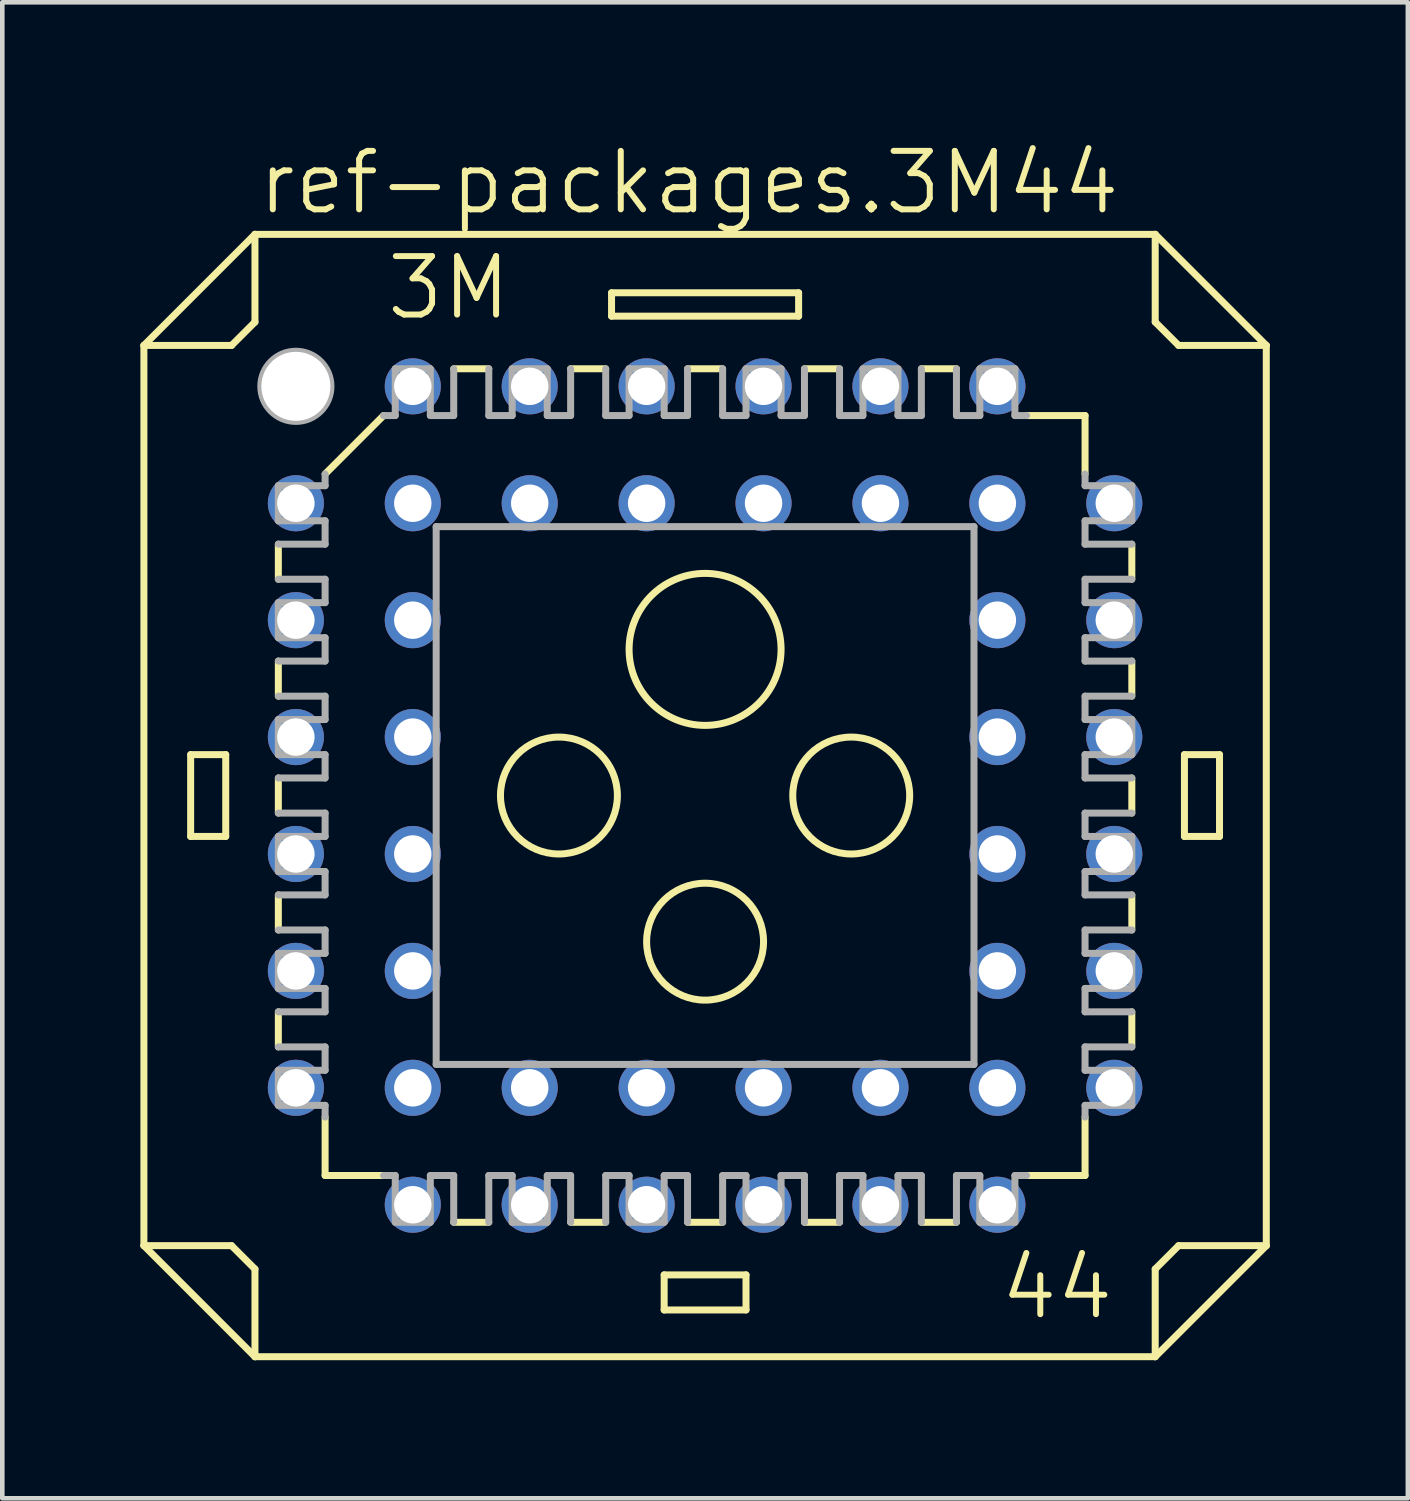
<source format=kicad_pcb>
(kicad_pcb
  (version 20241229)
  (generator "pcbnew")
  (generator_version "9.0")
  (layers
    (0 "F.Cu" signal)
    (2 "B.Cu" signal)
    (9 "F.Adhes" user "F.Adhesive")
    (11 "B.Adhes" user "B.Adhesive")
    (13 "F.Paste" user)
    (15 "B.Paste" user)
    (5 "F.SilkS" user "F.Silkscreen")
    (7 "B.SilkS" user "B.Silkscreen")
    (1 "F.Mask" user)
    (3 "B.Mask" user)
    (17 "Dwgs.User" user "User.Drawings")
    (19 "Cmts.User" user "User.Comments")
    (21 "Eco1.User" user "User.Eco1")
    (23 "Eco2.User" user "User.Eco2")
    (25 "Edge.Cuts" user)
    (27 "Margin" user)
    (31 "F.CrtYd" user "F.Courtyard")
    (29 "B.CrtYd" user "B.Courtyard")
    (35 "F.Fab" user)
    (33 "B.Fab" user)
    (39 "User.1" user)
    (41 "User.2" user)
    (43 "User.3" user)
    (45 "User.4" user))
  (footprint "ref-packages.3M44"
    (layer "F.Cu")
    (at 12.268 14.233)
    (property "Reference" "ref-packages.3M44" (at -9.779 -12.573 0) (layer "F.SilkS") (effects (font (size 1.27 1.27) (thickness 0.13)) (justify left bottom)))
    (attr through_hole)
    (fp_line (start -12.192 -9.779) (end -12.192 9.779) (stroke (width 0.152) (type default)) (layer "F.SilkS"))
    (fp_line (start -12.192 -9.779) (end -9.779 -12.192) (stroke (width 0.152) (type default)) (layer "F.SilkS"))
    (fp_line (start -12.192 9.779) (end -10.287 9.779) (stroke (width 0.152) (type default)) (layer "F.SilkS"))
    (fp_line (start -11.176 -0.889) (end -10.414 -0.889) (stroke (width 0.152) (type default)) (layer "F.SilkS"))
    (fp_line (start -11.176 0.889) (end -11.176 -0.889) (stroke (width 0.152) (type default)) (layer "F.SilkS"))
    (fp_line (start -11.176 0.889) (end -10.414 0.889) (stroke (width 0.152) (type default)) (layer "F.SilkS"))
    (fp_line (start -10.414 0.889) (end -10.414 -0.889) (stroke (width 0.152) (type default)) (layer "F.SilkS"))
    (fp_line (start -10.287 -9.779) (end -12.192 -9.779) (stroke (width 0.152) (type default)) (layer "F.SilkS"))
    (fp_line (start -10.287 -9.779) (end -9.779 -10.287) (stroke (width 0.152) (type default)) (layer "F.SilkS"))
    (fp_line (start -9.779 -12.192) (end -9.779 -10.287) (stroke (width 0.152) (type default)) (layer "F.SilkS"))
    (fp_line (start -9.779 10.287) (end -10.287 9.779) (stroke (width 0.152) (type default)) (layer "F.SilkS"))
    (fp_line (start -9.779 10.287) (end -9.779 12.192) (stroke (width 0.152) (type default)) (layer "F.SilkS"))
    (fp_line (start -9.779 12.192) (end -12.192 9.779) (stroke (width 0.152) (type default)) (layer "F.SilkS"))
    (fp_line (start -9.271 -5.461) (end -9.271 -4.699) (stroke (width 0.152) (type default)) (layer "F.SilkS"))
    (fp_line (start -9.271 -2.159) (end -9.271 -2.921) (stroke (width 0.152) (type default)) (layer "F.SilkS"))
    (fp_line (start -9.271 0.381) (end -9.271 -0.381) (stroke (width 0.152) (type default)) (layer "F.SilkS"))
    (fp_line (start -9.271 2.921) (end -9.271 2.159) (stroke (width 0.152) (type default)) (layer "F.SilkS"))
    (fp_line (start -9.271 5.461) (end -9.271 4.699) (stroke (width 0.152) (type default)) (layer "F.SilkS"))
    (fp_line (start -8.255 -6.985) (end -6.985 -8.255) (stroke (width 0.152) (type default)) (layer "F.SilkS"))
    (fp_line (start -8.255 8.255) (end -8.255 6.985) (stroke (width 0.152) (type default)) (layer "F.SilkS"))
    (fp_line (start -8.255 8.255) (end -6.985 8.255) (stroke (width 0.152) (type default)) (layer "F.SilkS"))
    (fp_line (start -5.461 9.271) (end -4.699 9.271) (stroke (width 0.152) (type default)) (layer "F.SilkS"))
    (fp_line (start -4.699 -9.271) (end -5.461 -9.271) (stroke (width 0.152) (type default)) (layer "F.SilkS"))
    (fp_line (start -2.921 9.271) (end -2.159 9.271) (stroke (width 0.152) (type default)) (layer "F.SilkS"))
    (fp_line (start -2.159 -9.271) (end -2.921 -9.271) (stroke (width 0.152) (type default)) (layer "F.SilkS"))
    (fp_line (start -2.032 -10.922) (end -2.032 -10.414) (stroke (width 0.152) (type default)) (layer "F.SilkS"))
    (fp_line (start -0.889 11.176) (end -0.889 10.414) (stroke (width 0.152) (type default)) (layer "F.SilkS"))
    (fp_line (start -0.889 11.176) (end 0.889 11.176) (stroke (width 0.152) (type default)) (layer "F.SilkS"))
    (fp_line (start -0.381 9.271) (end 0.381 9.271) (stroke (width 0.152) (type default)) (layer "F.SilkS"))
    (fp_line (start 0.381 -9.271) (end -0.381 -9.271) (stroke (width 0.152) (type default)) (layer "F.SilkS"))
    (fp_line (start 0.889 10.414) (end -0.889 10.414) (stroke (width 0.152) (type default)) (layer "F.SilkS"))
    (fp_line (start 0.889 10.414) (end 0.889 11.176) (stroke (width 0.152) (type default)) (layer "F.SilkS"))
    (fp_line (start 2.032 -10.922) (end -2.032 -10.922) (stroke (width 0.152) (type default)) (layer "F.SilkS"))
    (fp_line (start 2.032 -10.414) (end -2.032 -10.414) (stroke (width 0.152) (type default)) (layer "F.SilkS"))
    (fp_line (start 2.032 -10.414) (end 2.032 -10.922) (stroke (width 0.152) (type default)) (layer "F.SilkS"))
    (fp_line (start 2.159 9.271) (end 2.921 9.271) (stroke (width 0.152) (type default)) (layer "F.SilkS"))
    (fp_line (start 2.921 -9.271) (end 2.159 -9.271) (stroke (width 0.152) (type default)) (layer "F.SilkS"))
    (fp_line (start 4.699 9.271) (end 5.461 9.271) (stroke (width 0.152) (type default)) (layer "F.SilkS"))
    (fp_line (start 5.461 -9.271) (end 4.699 -9.271) (stroke (width 0.152) (type default)) (layer "F.SilkS"))
    (fp_line (start 6.985 8.255) (end 8.255 8.255) (stroke (width 0.152) (type default)) (layer "F.SilkS"))
    (fp_line (start 8.255 -8.255) (end 6.985 -8.255) (stroke (width 0.152) (type default)) (layer "F.SilkS"))
    (fp_line (start 8.255 -8.255) (end 8.255 -6.985) (stroke (width 0.152) (type default)) (layer "F.SilkS"))
    (fp_line (start 8.255 8.255) (end 8.255 6.985) (stroke (width 0.152) (type default)) (layer "F.SilkS"))
    (fp_line (start 9.271 -5.461) (end 9.271 -4.699) (stroke (width 0.152) (type default)) (layer "F.SilkS"))
    (fp_line (start 9.271 -2.921) (end 9.271 -2.159) (stroke (width 0.152) (type default)) (layer "F.SilkS"))
    (fp_line (start 9.271 -0.381) (end 9.271 0.381) (stroke (width 0.152) (type default)) (layer "F.SilkS"))
    (fp_line (start 9.271 2.159) (end 9.271 2.921) (stroke (width 0.152) (type default)) (layer "F.SilkS"))
    (fp_line (start 9.271 5.461) (end 9.271 4.699) (stroke (width 0.152) (type default)) (layer "F.SilkS"))
    (fp_line (start 9.779 -12.192) (end -9.779 -12.192) (stroke (width 0.152) (type default)) (layer "F.SilkS"))
    (fp_line (start 9.779 -12.192) (end 12.192 -9.779) (stroke (width 0.152) (type default)) (layer "F.SilkS"))
    (fp_line (start 9.779 -10.287) (end 9.779 -12.192) (stroke (width 0.152) (type default)) (layer "F.SilkS"))
    (fp_line (start 9.779 -10.287) (end 10.287 -9.779) (stroke (width 0.152) (type default)) (layer "F.SilkS"))
    (fp_line (start 9.779 12.192) (end -9.779 12.192) (stroke (width 0.152) (type default)) (layer "F.SilkS"))
    (fp_line (start 9.779 12.192) (end 9.779 10.287) (stroke (width 0.152) (type default)) (layer "F.SilkS"))
    (fp_line (start 10.287 9.779) (end 9.779 10.287) (stroke (width 0.152) (type default)) (layer "F.SilkS"))
    (fp_line (start 10.287 9.779) (end 12.192 9.779) (stroke (width 0.152) (type default)) (layer "F.SilkS"))
    (fp_line (start 10.414 -0.889) (end 10.414 0.889) (stroke (width 0.152) (type default)) (layer "F.SilkS"))
    (fp_line (start 10.414 -0.889) (end 11.176 -0.889) (stroke (width 0.152) (type default)) (layer "F.SilkS"))
    (fp_line (start 11.176 0.889) (end 10.414 0.889) (stroke (width 0.152) (type default)) (layer "F.SilkS"))
    (fp_line (start 11.176 0.889) (end 11.176 -0.889) (stroke (width 0.152) (type default)) (layer "F.SilkS"))
    (fp_line (start 12.192 -9.779) (end 10.287 -9.779) (stroke (width 0.152) (type default)) (layer "F.SilkS"))
    (fp_line (start 12.192 -9.779) (end 12.192 9.779) (stroke (width 0.152) (type default)) (layer "F.SilkS"))
    (fp_line (start 12.192 9.779) (end 9.779 12.192) (stroke (width 0.152) (type default)) (layer "F.SilkS"))
    (fp_circle (center -3.175 0) (end -1.905 0) (stroke (width 0.152) (type default)) (fill no) (layer "F.SilkS"))
    (fp_circle (center 0 -3.175) (end 1.651 -3.175) (stroke (width 0.152) (type default)) (fill no) (layer "F.SilkS"))
    (fp_circle (center 0 3.175) (end 1.27 3.175) (stroke (width 0.152) (type default)) (fill no) (layer "F.SilkS"))
    (fp_circle (center 3.175 0) (end 4.445 0) (stroke (width 0.152) (type default)) (fill no) (layer "F.SilkS"))
    (fp_line (start -9.271 -5.969) (end -9.271 -6.731) (stroke (width 0.152) (type default)) (layer "F.Fab"))
    (fp_line (start -9.271 -5.969) (end -8.255 -5.969) (stroke (width 0.152) (type default)) (layer "F.Fab"))
    (fp_line (start -9.271 -5.461) (end -8.255 -5.461) (stroke (width 0.152) (type default)) (layer "F.Fab"))
    (fp_line (start -9.271 -3.429) (end -9.271 -4.191) (stroke (width 0.152) (type default)) (layer "F.Fab"))
    (fp_line (start -9.271 -3.429) (end -8.255 -3.429) (stroke (width 0.152) (type default)) (layer "F.Fab"))
    (fp_line (start -9.271 -2.159) (end -8.255 -2.159) (stroke (width 0.152) (type default)) (layer "F.Fab"))
    (fp_line (start -9.271 -0.889) (end -9.271 -1.651) (stroke (width 0.152) (type default)) (layer "F.Fab"))
    (fp_line (start -9.271 -0.889) (end -8.255 -0.889) (stroke (width 0.152) (type default)) (layer "F.Fab"))
    (fp_line (start -9.271 0.381) (end -8.255 0.381) (stroke (width 0.152) (type default)) (layer "F.Fab"))
    (fp_line (start -9.271 1.651) (end -9.271 0.889) (stroke (width 0.152) (type default)) (layer "F.Fab"))
    (fp_line (start -9.271 1.651) (end -8.255 1.651) (stroke (width 0.152) (type default)) (layer "F.Fab"))
    (fp_line (start -9.271 2.921) (end -8.255 2.921) (stroke (width 0.152) (type default)) (layer "F.Fab"))
    (fp_line (start -9.271 4.191) (end -9.271 3.429) (stroke (width 0.152) (type default)) (layer "F.Fab"))
    (fp_line (start -9.271 4.191) (end -8.255 4.191) (stroke (width 0.152) (type default)) (layer "F.Fab"))
    (fp_line (start -9.271 4.699) (end -8.255 4.699) (stroke (width 0.152) (type default)) (layer "F.Fab"))
    (fp_line (start -9.271 5.461) (end -8.255 5.461) (stroke (width 0.152) (type default)) (layer "F.Fab"))
    (fp_line (start -9.271 6.731) (end -9.271 5.969) (stroke (width 0.152) (type default)) (layer "F.Fab"))
    (fp_line (start -9.271 6.731) (end -8.255 6.731) (stroke (width 0.152) (type default)) (layer "F.Fab"))
    (fp_line (start -8.255 -6.731) (end -9.271 -6.731) (stroke (width 0.152) (type default)) (layer "F.Fab"))
    (fp_line (start -8.255 -6.731) (end -8.255 -6.985) (stroke (width 0.152) (type default)) (layer "F.Fab"))
    (fp_line (start -8.255 -5.969) (end -8.255 -5.461) (stroke (width 0.152) (type default)) (layer "F.Fab"))
    (fp_line (start -8.255 -4.699) (end -9.271 -4.699) (stroke (width 0.152) (type default)) (layer "F.Fab"))
    (fp_line (start -8.255 -4.699) (end -8.255 -4.191) (stroke (width 0.152) (type default)) (layer "F.Fab"))
    (fp_line (start -8.255 -4.191) (end -9.271 -4.191) (stroke (width 0.152) (type default)) (layer "F.Fab"))
    (fp_line (start -8.255 -3.429) (end -8.255 -2.921) (stroke (width 0.152) (type default)) (layer "F.Fab"))
    (fp_line (start -8.255 -2.921) (end -9.271 -2.921) (stroke (width 0.152) (type default)) (layer "F.Fab"))
    (fp_line (start -8.255 -1.651) (end -9.271 -1.651) (stroke (width 0.152) (type default)) (layer "F.Fab"))
    (fp_line (start -8.255 -1.651) (end -8.255 -2.159) (stroke (width 0.152) (type default)) (layer "F.Fab"))
    (fp_line (start -8.255 -0.381) (end -9.271 -0.381) (stroke (width 0.152) (type default)) (layer "F.Fab"))
    (fp_line (start -8.255 -0.381) (end -8.255 -0.889) (stroke (width 0.152) (type default)) (layer "F.Fab"))
    (fp_line (start -8.255 0.889) (end -9.271 0.889) (stroke (width 0.152) (type default)) (layer "F.Fab"))
    (fp_line (start -8.255 0.889) (end -8.255 0.381) (stroke (width 0.152) (type default)) (layer "F.Fab"))
    (fp_line (start -8.255 2.159) (end -9.271 2.159) (stroke (width 0.152) (type default)) (layer "F.Fab"))
    (fp_line (start -8.255 2.159) (end -8.255 1.651) (stroke (width 0.152) (type default)) (layer "F.Fab"))
    (fp_line (start -8.255 3.429) (end -9.271 3.429) (stroke (width 0.152) (type default)) (layer "F.Fab"))
    (fp_line (start -8.255 3.429) (end -8.255 2.921) (stroke (width 0.152) (type default)) (layer "F.Fab"))
    (fp_line (start -8.255 4.191) (end -8.255 4.699) (stroke (width 0.152) (type default)) (layer "F.Fab"))
    (fp_line (start -8.255 5.461) (end -8.255 5.969) (stroke (width 0.152) (type default)) (layer "F.Fab"))
    (fp_line (start -8.255 5.969) (end -9.271 5.969) (stroke (width 0.152) (type default)) (layer "F.Fab"))
    (fp_line (start -8.255 6.731) (end -8.255 6.985) (stroke (width 0.152) (type default)) (layer "F.Fab"))
    (fp_line (start -6.985 -8.255) (end -6.731 -8.255) (stroke (width 0.152) (type default)) (layer "F.Fab"))
    (fp_line (start -6.731 -8.255) (end -6.731 -9.271) (stroke (width 0.152) (type default)) (layer "F.Fab"))
    (fp_line (start -6.731 8.255) (end -6.985 8.255) (stroke (width 0.152) (type default)) (layer "F.Fab"))
    (fp_line (start -6.731 9.271) (end -6.731 8.255) (stroke (width 0.152) (type default)) (layer "F.Fab"))
    (fp_line (start -6.731 9.271) (end -5.969 9.271) (stroke (width 0.152) (type default)) (layer "F.Fab"))
    (fp_line (start -5.969 -9.271) (end -6.731 -9.271) (stroke (width 0.152) (type default)) (layer "F.Fab"))
    (fp_line (start -5.969 -9.271) (end -5.969 -8.255) (stroke (width 0.152) (type default)) (layer "F.Fab"))
    (fp_line (start -5.969 8.255) (end -5.969 9.271) (stroke (width 0.152) (type default)) (layer "F.Fab"))
    (fp_line (start -5.969 8.255) (end -5.461 8.255) (stroke (width 0.152) (type default)) (layer "F.Fab"))
    (fp_line (start -5.842 -5.842) (end -5.842 5.842) (stroke (width 0.152) (type default)) (layer "F.Fab"))
    (fp_line (start -5.842 -5.842) (end 5.842 -5.842) (stroke (width 0.152) (type default)) (layer "F.Fab"))
    (fp_line (start -5.461 -8.255) (end -5.969 -8.255) (stroke (width 0.152) (type default)) (layer "F.Fab"))
    (fp_line (start -5.461 -8.255) (end -5.461 -9.271) (stroke (width 0.152) (type default)) (layer "F.Fab"))
    (fp_line (start -5.461 9.271) (end -5.461 8.255) (stroke (width 0.152) (type default)) (layer "F.Fab"))
    (fp_line (start -4.699 -9.271) (end -4.699 -8.255) (stroke (width 0.152) (type default)) (layer "F.Fab"))
    (fp_line (start -4.699 8.255) (end -4.699 9.271) (stroke (width 0.152) (type default)) (layer "F.Fab"))
    (fp_line (start -4.699 8.255) (end -4.191 8.255) (stroke (width 0.152) (type default)) (layer "F.Fab"))
    (fp_line (start -4.191 -8.255) (end -4.699 -8.255) (stroke (width 0.152) (type default)) (layer "F.Fab"))
    (fp_line (start -4.191 -8.255) (end -4.191 -9.271) (stroke (width 0.152) (type default)) (layer "F.Fab"))
    (fp_line (start -4.191 9.271) (end -4.191 8.255) (stroke (width 0.152) (type default)) (layer "F.Fab"))
    (fp_line (start -4.191 9.271) (end -3.429 9.271) (stroke (width 0.152) (type default)) (layer "F.Fab"))
    (fp_line (start -3.429 -9.271) (end -4.191 -9.271) (stroke (width 0.152) (type default)) (layer "F.Fab"))
    (fp_line (start -3.429 -9.271) (end -3.429 -8.255) (stroke (width 0.152) (type default)) (layer "F.Fab"))
    (fp_line (start -3.429 8.255) (end -3.429 9.271) (stroke (width 0.152) (type default)) (layer "F.Fab"))
    (fp_line (start -3.429 8.255) (end -2.921 8.255) (stroke (width 0.152) (type default)) (layer "F.Fab"))
    (fp_line (start -2.921 -8.255) (end -3.429 -8.255) (stroke (width 0.152) (type default)) (layer "F.Fab"))
    (fp_line (start -2.921 -8.255) (end -2.921 -9.271) (stroke (width 0.152) (type default)) (layer "F.Fab"))
    (fp_line (start -2.921 9.271) (end -2.921 8.255) (stroke (width 0.152) (type default)) (layer "F.Fab"))
    (fp_line (start -2.159 -9.271) (end -2.159 -8.255) (stroke (width 0.152) (type default)) (layer "F.Fab"))
    (fp_line (start -2.159 8.255) (end -2.159 9.271) (stroke (width 0.152) (type default)) (layer "F.Fab"))
    (fp_line (start -2.159 8.255) (end -1.651 8.255) (stroke (width 0.152) (type default)) (layer "F.Fab"))
    (fp_line (start -1.651 -8.255) (end -2.159 -8.255) (stroke (width 0.152) (type default)) (layer "F.Fab"))
    (fp_line (start -1.651 -8.255) (end -1.651 -9.271) (stroke (width 0.152) (type default)) (layer "F.Fab"))
    (fp_line (start -1.651 9.271) (end -1.651 8.255) (stroke (width 0.152) (type default)) (layer "F.Fab"))
    (fp_line (start -1.651 9.271) (end -0.889 9.271) (stroke (width 0.152) (type default)) (layer "F.Fab"))
    (fp_line (start -0.889 -9.271) (end -1.651 -9.271) (stroke (width 0.152) (type default)) (layer "F.Fab"))
    (fp_line (start -0.889 -9.271) (end -0.889 -8.255) (stroke (width 0.152) (type default)) (layer "F.Fab"))
    (fp_line (start -0.889 8.255) (end -0.889 9.271) (stroke (width 0.152) (type default)) (layer "F.Fab"))
    (fp_line (start -0.889 8.255) (end -0.381 8.255) (stroke (width 0.152) (type default)) (layer "F.Fab"))
    (fp_line (start -0.381 -8.255) (end -0.889 -8.255) (stroke (width 0.152) (type default)) (layer "F.Fab"))
    (fp_line (start -0.381 -8.255) (end -0.381 -9.271) (stroke (width 0.152) (type default)) (layer "F.Fab"))
    (fp_line (start -0.381 9.271) (end -0.381 8.255) (stroke (width 0.152) (type default)) (layer "F.Fab"))
    (fp_line (start 0.381 -9.271) (end 0.381 -8.255) (stroke (width 0.152) (type default)) (layer "F.Fab"))
    (fp_line (start 0.381 8.255) (end 0.381 9.271) (stroke (width 0.152) (type default)) (layer "F.Fab"))
    (fp_line (start 0.381 8.255) (end 0.889 8.255) (stroke (width 0.152) (type default)) (layer "F.Fab"))
    (fp_line (start 0.889 -8.255) (end 0.381 -8.255) (stroke (width 0.152) (type default)) (layer "F.Fab"))
    (fp_line (start 0.889 -8.255) (end 0.889 -9.271) (stroke (width 0.152) (type default)) (layer "F.Fab"))
    (fp_line (start 0.889 9.271) (end 0.889 8.255) (stroke (width 0.152) (type default)) (layer "F.Fab"))
    (fp_line (start 0.889 9.271) (end 1.651 9.271) (stroke (width 0.152) (type default)) (layer "F.Fab"))
    (fp_line (start 1.651 -9.271) (end 0.889 -9.271) (stroke (width 0.152) (type default)) (layer "F.Fab"))
    (fp_line (start 1.651 -9.271) (end 1.651 -8.255) (stroke (width 0.152) (type default)) (layer "F.Fab"))
    (fp_line (start 1.651 8.255) (end 1.651 9.271) (stroke (width 0.152) (type default)) (layer "F.Fab"))
    (fp_line (start 1.651 8.255) (end 2.159 8.255) (stroke (width 0.152) (type default)) (layer "F.Fab"))
    (fp_line (start 2.159 -8.255) (end 1.651 -8.255) (stroke (width 0.152) (type default)) (layer "F.Fab"))
    (fp_line (start 2.159 -8.255) (end 2.159 -9.271) (stroke (width 0.152) (type default)) (layer "F.Fab"))
    (fp_line (start 2.159 9.271) (end 2.159 8.255) (stroke (width 0.152) (type default)) (layer "F.Fab"))
    (fp_line (start 2.921 -9.271) (end 2.921 -8.255) (stroke (width 0.152) (type default)) (layer "F.Fab"))
    (fp_line (start 2.921 8.255) (end 2.921 9.271) (stroke (width 0.152) (type default)) (layer "F.Fab"))
    (fp_line (start 2.921 8.255) (end 3.429 8.255) (stroke (width 0.152) (type default)) (layer "F.Fab"))
    (fp_line (start 3.429 -8.255) (end 2.921 -8.255) (stroke (width 0.152) (type default)) (layer "F.Fab"))
    (fp_line (start 3.429 -8.255) (end 3.429 -9.271) (stroke (width 0.152) (type default)) (layer "F.Fab"))
    (fp_line (start 3.429 9.271) (end 3.429 8.255) (stroke (width 0.152) (type default)) (layer "F.Fab"))
    (fp_line (start 3.429 9.271) (end 4.191 9.271) (stroke (width 0.152) (type default)) (layer "F.Fab"))
    (fp_line (start 4.191 -9.271) (end 3.429 -9.271) (stroke (width 0.152) (type default)) (layer "F.Fab"))
    (fp_line (start 4.191 -9.271) (end 4.191 -8.255) (stroke (width 0.152) (type default)) (layer "F.Fab"))
    (fp_line (start 4.191 8.255) (end 4.191 9.271) (stroke (width 0.152) (type default)) (layer "F.Fab"))
    (fp_line (start 4.191 8.255) (end 4.699 8.255) (stroke (width 0.152) (type default)) (layer "F.Fab"))
    (fp_line (start 4.699 -8.255) (end 4.191 -8.255) (stroke (width 0.152) (type default)) (layer "F.Fab"))
    (fp_line (start 4.699 -8.255) (end 4.699 -9.271) (stroke (width 0.152) (type default)) (layer "F.Fab"))
    (fp_line (start 4.699 9.271) (end 4.699 8.255) (stroke (width 0.152) (type default)) (layer "F.Fab"))
    (fp_line (start 5.461 -9.271) (end 5.461 -8.255) (stroke (width 0.152) (type default)) (layer "F.Fab"))
    (fp_line (start 5.461 8.255) (end 5.461 9.271) (stroke (width 0.152) (type default)) (layer "F.Fab"))
    (fp_line (start 5.461 8.255) (end 5.969 8.255) (stroke (width 0.152) (type default)) (layer "F.Fab"))
    (fp_line (start 5.842 5.842) (end -5.842 5.842) (stroke (width 0.152) (type default)) (layer "F.Fab"))
    (fp_line (start 5.842 5.842) (end 5.842 -5.842) (stroke (width 0.152) (type default)) (layer "F.Fab"))
    (fp_line (start 5.969 -8.255) (end 5.461 -8.255) (stroke (width 0.152) (type default)) (layer "F.Fab"))
    (fp_line (start 5.969 -8.255) (end 5.969 -9.271) (stroke (width 0.152) (type default)) (layer "F.Fab"))
    (fp_line (start 5.969 9.271) (end 5.969 8.255) (stroke (width 0.152) (type default)) (layer "F.Fab"))
    (fp_line (start 5.969 9.271) (end 6.731 9.271) (stroke (width 0.152) (type default)) (layer "F.Fab"))
    (fp_line (start 6.731 -9.271) (end 5.969 -9.271) (stroke (width 0.152) (type default)) (layer "F.Fab"))
    (fp_line (start 6.731 -9.271) (end 6.731 -8.255) (stroke (width 0.152) (type default)) (layer "F.Fab"))
    (fp_line (start 6.731 -8.255) (end 6.985 -8.255) (stroke (width 0.152) (type default)) (layer "F.Fab"))
    (fp_line (start 6.731 8.255) (end 6.731 9.271) (stroke (width 0.152) (type default)) (layer "F.Fab"))
    (fp_line (start 6.985 8.255) (end 6.731 8.255) (stroke (width 0.152) (type default)) (layer "F.Fab"))
    (fp_line (start 8.255 -6.731) (end 8.255 -6.985) (stroke (width 0.152) (type default)) (layer "F.Fab"))
    (fp_line (start 8.255 -5.969) (end 9.271 -5.969) (stroke (width 0.152) (type default)) (layer "F.Fab"))
    (fp_line (start 8.255 -5.461) (end 8.255 -5.969) (stroke (width 0.152) (type default)) (layer "F.Fab"))
    (fp_line (start 8.255 -4.191) (end 8.255 -4.699) (stroke (width 0.152) (type default)) (layer "F.Fab"))
    (fp_line (start 8.255 -3.429) (end 8.255 -2.921) (stroke (width 0.152) (type default)) (layer "F.Fab"))
    (fp_line (start 8.255 -3.429) (end 9.271 -3.429) (stroke (width 0.152) (type default)) (layer "F.Fab"))
    (fp_line (start 8.255 -2.159) (end 8.255 -1.651) (stroke (width 0.152) (type default)) (layer "F.Fab"))
    (fp_line (start 8.255 -2.159) (end 9.271 -2.159) (stroke (width 0.152) (type default)) (layer "F.Fab"))
    (fp_line (start 8.255 -0.889) (end 8.255 -0.381) (stroke (width 0.152) (type default)) (layer "F.Fab"))
    (fp_line (start 8.255 -0.889) (end 9.271 -0.889) (stroke (width 0.152) (type default)) (layer "F.Fab"))
    (fp_line (start 8.255 0.381) (end 8.255 0.889) (stroke (width 0.152) (type default)) (layer "F.Fab"))
    (fp_line (start 8.255 0.381) (end 9.271 0.381) (stroke (width 0.152) (type default)) (layer "F.Fab"))
    (fp_line (start 8.255 1.651) (end 8.255 2.159) (stroke (width 0.152) (type default)) (layer "F.Fab"))
    (fp_line (start 8.255 1.651) (end 9.271 1.651) (stroke (width 0.152) (type default)) (layer "F.Fab"))
    (fp_line (start 8.255 2.921) (end 8.255 3.429) (stroke (width 0.152) (type default)) (layer "F.Fab"))
    (fp_line (start 8.255 2.921) (end 9.271 2.921) (stroke (width 0.152) (type default)) (layer "F.Fab"))
    (fp_line (start 8.255 3.429) (end 9.271 3.429) (stroke (width 0.152) (type default)) (layer "F.Fab"))
    (fp_line (start 8.255 4.699) (end 8.255 4.191) (stroke (width 0.152) (type default)) (layer "F.Fab"))
    (fp_line (start 8.255 4.699) (end 9.271 4.699) (stroke (width 0.152) (type default)) (layer "F.Fab"))
    (fp_line (start 8.255 5.969) (end 8.255 5.461) (stroke (width 0.152) (type default)) (layer "F.Fab"))
    (fp_line (start 8.255 5.969) (end 9.271 5.969) (stroke (width 0.152) (type default)) (layer "F.Fab"))
    (fp_line (start 8.255 6.731) (end 8.255 6.985) (stroke (width 0.152) (type default)) (layer "F.Fab"))
    (fp_line (start 9.271 -6.731) (end 8.255 -6.731) (stroke (width 0.152) (type default)) (layer "F.Fab"))
    (fp_line (start 9.271 -6.731) (end 9.271 -5.969) (stroke (width 0.152) (type default)) (layer "F.Fab"))
    (fp_line (start 9.271 -5.461) (end 8.255 -5.461) (stroke (width 0.152) (type default)) (layer "F.Fab"))
    (fp_line (start 9.271 -4.699) (end 8.255 -4.699) (stroke (width 0.152) (type default)) (layer "F.Fab"))
    (fp_line (start 9.271 -4.191) (end 8.255 -4.191) (stroke (width 0.152) (type default)) (layer "F.Fab"))
    (fp_line (start 9.271 -4.191) (end 9.271 -3.429) (stroke (width 0.152) (type default)) (layer "F.Fab"))
    (fp_line (start 9.271 -2.921) (end 8.255 -2.921) (stroke (width 0.152) (type default)) (layer "F.Fab"))
    (fp_line (start 9.271 -1.651) (end 8.255 -1.651) (stroke (width 0.152) (type default)) (layer "F.Fab"))
    (fp_line (start 9.271 -1.651) (end 9.271 -0.889) (stroke (width 0.152) (type default)) (layer "F.Fab"))
    (fp_line (start 9.271 -0.381) (end 8.255 -0.381) (stroke (width 0.152) (type default)) (layer "F.Fab"))
    (fp_line (start 9.271 0.889) (end 8.255 0.889) (stroke (width 0.152) (type default)) (layer "F.Fab"))
    (fp_line (start 9.271 0.889) (end 9.271 1.651) (stroke (width 0.152) (type default)) (layer "F.Fab"))
    (fp_line (start 9.271 2.159) (end 8.255 2.159) (stroke (width 0.152) (type default)) (layer "F.Fab"))
    (fp_line (start 9.271 4.191) (end 8.255 4.191) (stroke (width 0.152) (type default)) (layer "F.Fab"))
    (fp_line (start 9.271 4.191) (end 9.271 3.429) (stroke (width 0.152) (type default)) (layer "F.Fab"))
    (fp_line (start 9.271 5.461) (end 8.255 5.461) (stroke (width 0.152) (type default)) (layer "F.Fab"))
    (fp_line (start 9.271 6.731) (end 8.255 6.731) (stroke (width 0.152) (type default)) (layer "F.Fab"))
    (fp_line (start 9.271 6.731) (end 9.271 5.969) (stroke (width 0.152) (type default)) (layer "F.Fab"))
    (fp_circle (center -8.89 -8.89) (end -8.128 -8.89) (stroke (width 0.152) (type default)) (fill no) (layer "F.Fab"))
    (fp_text user "3M" (at -6.985 -10.287 0) (layer "F.SilkS") (effects (font (size 1.27 1.27) (thickness 0.13)) (justify left bottom)))
    (fp_text user "44" (at 6.35 11.43 0) (layer "F.SilkS") (effects (font (size 1.27 1.27) (thickness 0.13)) (justify left bottom)))
    (pad "" np_thru_hole circle (at -8.89 -8.89) (size 1.499 1.499) (drill 1.499) (layers "*.Cu" "*.Mask"))
    (pad "1" thru_hole circle (at 1.27 -6.35) (size 1.219 1.219) (drill 0.813) (layers "*.Cu" "*.Mask"))
    (pad "2" thru_hole circle (at -1.27 -8.89) (size 1.219 1.219) (drill 0.813) (layers "*.Cu" "*.Mask"))
    (pad "3" thru_hole circle (at -1.27 -6.35) (size 1.219 1.219) (drill 0.813) (layers "*.Cu" "*.Mask"))
    (pad "4" thru_hole circle (at -3.81 -8.89) (size 1.219 1.219) (drill 0.813) (layers "*.Cu" "*.Mask"))
    (pad "5" thru_hole circle (at -3.81 -6.35) (size 1.219 1.219) (drill 0.813) (layers "*.Cu" "*.Mask"))
    (pad "6" thru_hole circle (at -6.35 -8.89) (size 1.219 1.219) (drill 0.813) (layers "*.Cu" "*.Mask"))
    (pad "7" thru_hole circle (at -8.89 -6.35) (size 1.219 1.219) (drill 0.813) (layers "*.Cu" "*.Mask"))
    (pad "8" thru_hole circle (at -6.35 -6.35) (size 1.219 1.219) (drill 0.813) (layers "*.Cu" "*.Mask"))
    (pad "9" thru_hole circle (at -8.89 -3.81) (size 1.219 1.219) (drill 0.813) (layers "*.Cu" "*.Mask"))
    (pad "10" thru_hole circle (at -6.35 -3.81) (size 1.219 1.219) (drill 0.813) (layers "*.Cu" "*.Mask"))
    (pad "11" thru_hole circle (at -8.89 -1.27) (size 1.219 1.219) (drill 0.813) (layers "*.Cu" "*.Mask"))
    (pad "12" thru_hole circle (at -6.35 -1.27) (size 1.219 1.219) (drill 0.813) (layers "*.Cu" "*.Mask"))
    (pad "13" thru_hole circle (at -8.89 1.27) (size 1.219 1.219) (drill 0.813) (layers "*.Cu" "*.Mask"))
    (pad "14" thru_hole circle (at -6.35 1.27) (size 1.219 1.219) (drill 0.813) (layers "*.Cu" "*.Mask"))
    (pad "15" thru_hole circle (at -8.89 3.81) (size 1.219 1.219) (drill 0.813) (layers "*.Cu" "*.Mask"))
    (pad "16" thru_hole circle (at -6.35 3.81) (size 1.219 1.219) (drill 0.813) (layers "*.Cu" "*.Mask"))
    (pad "17" thru_hole circle (at -8.89 6.35) (size 1.219 1.219) (drill 0.813) (layers "*.Cu" "*.Mask"))
    (pad "18" thru_hole circle (at -6.35 8.89) (size 1.219 1.219) (drill 0.813) (layers "*.Cu" "*.Mask"))
    (pad "19" thru_hole circle (at -6.35 6.35) (size 1.219 1.219) (drill 0.813) (layers "*.Cu" "*.Mask"))
    (pad "20" thru_hole circle (at -3.81 8.89) (size 1.219 1.219) (drill 0.813) (layers "*.Cu" "*.Mask"))
    (pad "21" thru_hole circle (at -3.81 6.35) (size 1.219 1.219) (drill 0.813) (layers "*.Cu" "*.Mask"))
    (pad "22" thru_hole circle (at -1.27 8.89) (size 1.219 1.219) (drill 0.813) (layers "*.Cu" "*.Mask"))
    (pad "23" thru_hole circle (at -1.27 6.35) (size 1.219 1.219) (drill 0.813) (layers "*.Cu" "*.Mask"))
    (pad "24" thru_hole circle (at 1.27 8.89) (size 1.219 1.219) (drill 0.813) (layers "*.Cu" "*.Mask"))
    (pad "25" thru_hole circle (at 1.27 6.35) (size 1.219 1.219) (drill 0.813) (layers "*.Cu" "*.Mask"))
    (pad "26" thru_hole circle (at 3.81 8.89) (size 1.219 1.219) (drill 0.813) (layers "*.Cu" "*.Mask"))
    (pad "27" thru_hole circle (at 3.81 6.35) (size 1.219 1.219) (drill 0.813) (layers "*.Cu" "*.Mask"))
    (pad "28" thru_hole circle (at 6.35 8.89) (size 1.219 1.219) (drill 0.813) (layers "*.Cu" "*.Mask"))
    (pad "29" thru_hole circle (at 8.89 6.35) (size 1.219 1.219) (drill 0.813) (layers "*.Cu" "*.Mask"))
    (pad "30" thru_hole circle (at 6.35 6.35) (size 1.219 1.219) (drill 0.813) (layers "*.Cu" "*.Mask"))
    (pad "31" thru_hole circle (at 8.89 3.81) (size 1.219 1.219) (drill 0.813) (layers "*.Cu" "*.Mask"))
    (pad "32" thru_hole circle (at 6.35 3.81) (size 1.219 1.219) (drill 0.813) (layers "*.Cu" "*.Mask"))
    (pad "33" thru_hole circle (at 8.89 1.27) (size 1.219 1.219) (drill 0.813) (layers "*.Cu" "*.Mask"))
    (pad "34" thru_hole circle (at 6.35 1.27) (size 1.219 1.219) (drill 0.813) (layers "*.Cu" "*.Mask"))
    (pad "35" thru_hole circle (at 8.89 -1.27) (size 1.219 1.219) (drill 0.813) (layers "*.Cu" "*.Mask"))
    (pad "36" thru_hole circle (at 6.35 -1.27) (size 1.219 1.219) (drill 0.813) (layers "*.Cu" "*.Mask"))
    (pad "37" thru_hole circle (at 8.89 -3.81) (size 1.219 1.219) (drill 0.813) (layers "*.Cu" "*.Mask"))
    (pad "38" thru_hole circle (at 6.35 -3.81) (size 1.219 1.219) (drill 0.813) (layers "*.Cu" "*.Mask"))
    (pad "39" thru_hole circle (at 8.89 -6.35) (size 1.219 1.219) (drill 0.813) (layers "*.Cu" "*.Mask"))
    (pad "40" thru_hole circle (at 6.35 -8.89) (size 1.219 1.219) (drill 0.813) (layers "*.Cu" "*.Mask"))
    (pad "41" thru_hole circle (at 6.35 -6.35) (size 1.219 1.219) (drill 0.813) (layers "*.Cu" "*.Mask"))
    (pad "42" thru_hole circle (at 3.81 -8.89) (size 1.219 1.219) (drill 0.813) (layers "*.Cu" "*.Mask"))
    (pad "43" thru_hole circle (at 3.81 -6.35) (size 1.219 1.219) (drill 0.813) (layers "*.Cu" "*.Mask"))
    (pad "44" thru_hole circle (at 1.27 -8.89) (size 1.219 1.219) (drill 0.813) (layers "*.Cu" "*.Mask")))
  (gr_rect
    (start -3 -3)
    (end 27.536 29.501)
    (stroke (width 0.1) (type default))
    (fill no)
    (layer "Edge.Cuts")))
</source>
